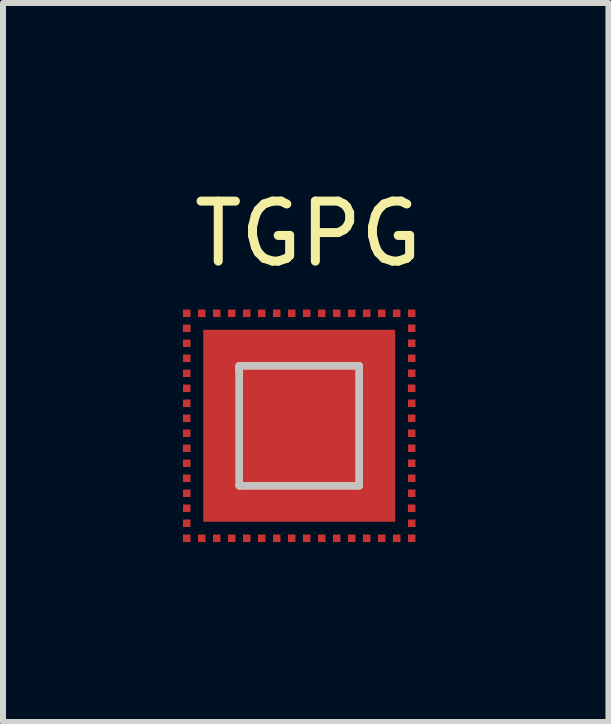
<source format=kicad_pcb>
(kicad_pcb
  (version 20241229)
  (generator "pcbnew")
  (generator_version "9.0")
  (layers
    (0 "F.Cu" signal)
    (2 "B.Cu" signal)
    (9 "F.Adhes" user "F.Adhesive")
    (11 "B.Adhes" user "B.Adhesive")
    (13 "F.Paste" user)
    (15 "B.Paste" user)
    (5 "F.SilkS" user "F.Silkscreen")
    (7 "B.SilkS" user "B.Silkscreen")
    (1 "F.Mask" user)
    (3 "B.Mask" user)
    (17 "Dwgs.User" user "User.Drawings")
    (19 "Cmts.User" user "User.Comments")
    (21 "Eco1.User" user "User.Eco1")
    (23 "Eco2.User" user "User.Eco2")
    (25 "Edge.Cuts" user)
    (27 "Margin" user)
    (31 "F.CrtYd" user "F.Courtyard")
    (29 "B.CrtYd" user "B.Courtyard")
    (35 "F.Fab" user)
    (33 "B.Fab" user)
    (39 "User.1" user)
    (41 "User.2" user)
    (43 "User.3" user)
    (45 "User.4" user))
  (footprint "TGPG"
    (layer "F.Cu")
    (at 1.938 4.048)
    (property "Reference" "TGPG" (at 0.15 -3.2 0) (layer "F.SilkS") (effects (font (size 1 1) (thickness 0.15))))
    (attr through_hole)
    (fp_poly (pts (xy 1 1) (xy -1 1) (xy -1 -1) (xy 1 -1)) (stroke (width 0.1) (type solid)) (fill yes) (layer "F.Mask"))
    (fp_line (start -1 -1) (end -1 -0.9) (stroke (width 0.12) (type solid)) (layer "F.SilkS"))
    (fp_line (start -1 -1) (end 1 -1) (stroke (width 0.12) (type solid)) (layer "F.SilkS"))
    (fp_line (start -1 1) (end -1 -1) (stroke (width 0.12) (type solid)) (layer "F.SilkS"))
    (fp_line (start 1 -1) (end 1 1) (stroke (width 0.12) (type solid)) (layer "F.SilkS"))
    (fp_line (start 1 1) (end -1 1) (stroke (width 0.12) (type solid)) (layer "F.SilkS"))
    (fp_line (start -1 -1) (end -1 1) (stroke (width 0.12) (type solid)) (layer "Dwgs.User"))
    (fp_line (start -1 1) (end 1 1) (stroke (width 0.12) (type solid)) (layer "Dwgs.User"))
    (fp_line (start 1 -1) (end -1 -1) (stroke (width 0.12) (type solid)) (layer "Dwgs.User"))
    (fp_line (start 1 1) (end 1 -1) (stroke (width 0.12) (type solid)) (layer "Dwgs.User"))
    (pad "1" connect rect (at -1.875 -1.875) (size 0.125 0.125) (layers "F.Cu" "F.Mask"))
    (pad "2" connect rect (at -1.875 -1.625) (size 0.125 0.125) (layers "F.Cu" "F.Mask"))
    (pad "3" connect rect (at -1.875 -1.375) (size 0.125 0.125) (layers "F.Cu" "F.Mask"))
    (pad "4" connect rect (at -1.875 -1.125) (size 0.125 0.125) (layers "F.Cu" "F.Mask"))
    (pad "5" connect rect (at -1.875 -0.875) (size 0.125 0.125) (layers "F.Cu" "F.Mask"))
    (pad "6" connect rect (at -1.875 -0.625) (size 0.125 0.125) (layers "F.Cu" "F.Mask"))
    (pad "7" connect rect (at -1.875 -0.375) (size 0.125 0.125) (layers "F.Cu" "F.Mask"))
    (pad "8" connect rect (at -1.875 -0.125) (size 0.125 0.125) (layers "F.Cu" "F.Mask"))
    (pad "9" connect rect (at -1.875 0.125) (size 0.125 0.125) (layers "F.Cu" "F.Mask"))
    (pad "10" connect rect (at -1.875 0.375) (size 0.125 0.125) (layers "F.Cu" "F.Mask"))
    (pad "11" connect rect (at -1.875 0.625) (size 0.125 0.125) (layers "F.Cu" "F.Mask"))
    (pad "12" connect rect (at -1.875 0.875) (size 0.125 0.125) (layers "F.Cu" "F.Mask"))
    (pad "13" connect rect (at -1.875 1.125) (size 0.125 0.125) (layers "F.Cu" "F.Mask"))
    (pad "14" connect rect (at -1.875 1.375) (size 0.125 0.125) (layers "F.Cu" "F.Mask"))
    (pad "15" connect rect (at -1.875 1.625) (size 0.125 0.125) (layers "F.Cu" "F.Mask"))
    (pad "16" connect rect (at -1.875 1.875) (size 0.125 0.125) (layers "F.Cu" "F.Mask"))
    (pad "17" connect rect (at -1.625 1.875) (size 0.125 0.125) (layers "F.Cu" "F.Mask"))
    (pad "18" connect rect (at -1.375 1.875) (size 0.125 0.125) (layers "F.Cu" "F.Mask"))
    (pad "19" connect rect (at -1.125 1.875) (size 0.125 0.125) (layers "F.Cu" "F.Mask"))
    (pad "20" connect rect (at -0.875 1.875) (size 0.125 0.125) (layers "F.Cu" "F.Mask"))
    (pad "21" connect rect (at -0.625 1.875) (size 0.125 0.125) (layers "F.Cu" "F.Mask"))
    (pad "22" connect rect (at -0.375 1.875) (size 0.125 0.125) (layers "F.Cu" "F.Mask"))
    (pad "23" connect rect (at -0.125 1.875) (size 0.125 0.125) (layers "F.Cu" "F.Mask"))
    (pad "24" connect rect (at 0.125 1.875) (size 0.125 0.125) (layers "F.Cu" "F.Mask"))
    (pad "25" connect rect (at 0.375 1.875) (size 0.125 0.125) (layers "F.Cu" "F.Mask"))
    (pad "26" connect rect (at 0.625 1.875) (size 0.125 0.125) (layers "F.Cu" "F.Mask"))
    (pad "27" connect rect (at 0.875 1.875) (size 0.125 0.125) (layers "F.Cu" "F.Mask"))
    (pad "28" connect rect (at 1.125 1.875) (size 0.125 0.125) (layers "F.Cu" "F.Mask"))
    (pad "29" connect rect (at 1.375 1.875) (size 0.125 0.125) (layers "F.Cu" "F.Mask"))
    (pad "30" connect rect (at 1.625 1.875) (size 0.125 0.125) (layers "F.Cu" "F.Mask"))
    (pad "31" connect rect (at 1.875 1.875) (size 0.125 0.125) (layers "F.Cu" "F.Mask"))
    (pad "32" connect rect (at 1.875 1.625) (size 0.125 0.125) (layers "F.Cu" "F.Mask"))
    (pad "33" connect rect (at 1.875 1.375) (size 0.125 0.125) (layers "F.Cu" "F.Mask"))
    (pad "34" connect rect (at 1.875 1.125) (size 0.125 0.125) (layers "F.Cu" "F.Mask"))
    (pad "35" connect rect (at 1.875 0.875) (size 0.125 0.125) (layers "F.Cu" "F.Mask"))
    (pad "36" connect rect (at 1.875 0.625) (size 0.125 0.125) (layers "F.Cu" "F.Mask"))
    (pad "37" connect rect (at 1.875 0.375) (size 0.125 0.125) (layers "F.Cu" "F.Mask"))
    (pad "38" connect rect (at 1.875 0.125) (size 0.125 0.125) (layers "F.Cu" "F.Mask"))
    (pad "39" connect rect (at 1.875 -0.125) (size 0.125 0.125) (layers "F.Cu" "F.Mask"))
    (pad "40" connect rect (at 1.875 -0.375) (size 0.125 0.125) (layers "F.Cu" "F.Mask"))
    (pad "41" connect rect (at 1.875 -0.625) (size 0.125 0.125) (layers "F.Cu" "F.Mask"))
    (pad "42" connect rect (at 1.875 -0.875) (size 0.125 0.125) (layers "F.Cu" "F.Mask"))
    (pad "43" connect rect (at 1.875 -1.125) (size 0.125 0.125) (layers "F.Cu" "F.Mask"))
    (pad "44" connect rect (at 1.875 -1.375) (size 0.125 0.125) (layers "F.Cu" "F.Mask"))
    (pad "45" connect rect (at 1.875 -1.625) (size 0.125 0.125) (layers "F.Cu" "F.Mask"))
    (pad "46" connect rect (at 1.875 -1.875) (size 0.125 0.125) (layers "F.Cu" "F.Mask"))
    (pad "47" connect rect (at 1.625 -1.875) (size 0.125 0.125) (layers "F.Cu" "F.Mask"))
    (pad "48" connect rect (at 1.375 -1.875) (size 0.125 0.125) (layers "F.Cu" "F.Mask"))
    (pad "49" connect rect (at 1.125 -1.875) (size 0.125 0.125) (layers "F.Cu" "F.Mask"))
    (pad "50" connect rect (at 0.875 -1.875) (size 0.125 0.125) (layers "F.Cu" "F.Mask"))
    (pad "51" connect rect (at 0.625 -1.875) (size 0.125 0.125) (layers "F.Cu" "F.Mask"))
    (pad "52" connect rect (at 0.375 -1.875) (size 0.125 0.125) (layers "F.Cu" "F.Mask"))
    (pad "53" connect rect (at 0.125 -1.875) (size 0.125 0.125) (layers "F.Cu" "F.Mask"))
    (pad "54" connect rect (at -0.125 -1.875) (size 0.125 0.125) (layers "F.Cu" "F.Mask"))
    (pad "55" connect rect (at -0.375 -1.875) (size 0.125 0.125) (layers "F.Cu" "F.Mask"))
    (pad "56" connect rect (at -0.625 -1.875) (size 0.125 0.125) (layers "F.Cu" "F.Mask"))
    (pad "57" connect rect (at -0.875 -1.875) (size 0.125 0.125) (layers "F.Cu" "F.Mask"))
    (pad "58" connect rect (at -1.125 -1.875) (size 0.125 0.125) (layers "F.Cu" "F.Mask"))
    (pad "59" connect rect (at -1.375 -1.875) (size 0.125 0.125) (layers "F.Cu" "F.Mask"))
    (pad "60" connect rect (at -1.625 -1.875) (size 0.125 0.125) (layers "F.Cu" "F.Mask"))
    (pad "GND" connect rect (at 0 0) (size 3.2 3.2) (layers "F.Cu")))
  (gr_rect
    (start -3 -3)
    (end 7.093 8.986)
    (stroke (width 0.1) (type default))
    (fill no)
    (layer "Edge.Cuts")))
</source>
